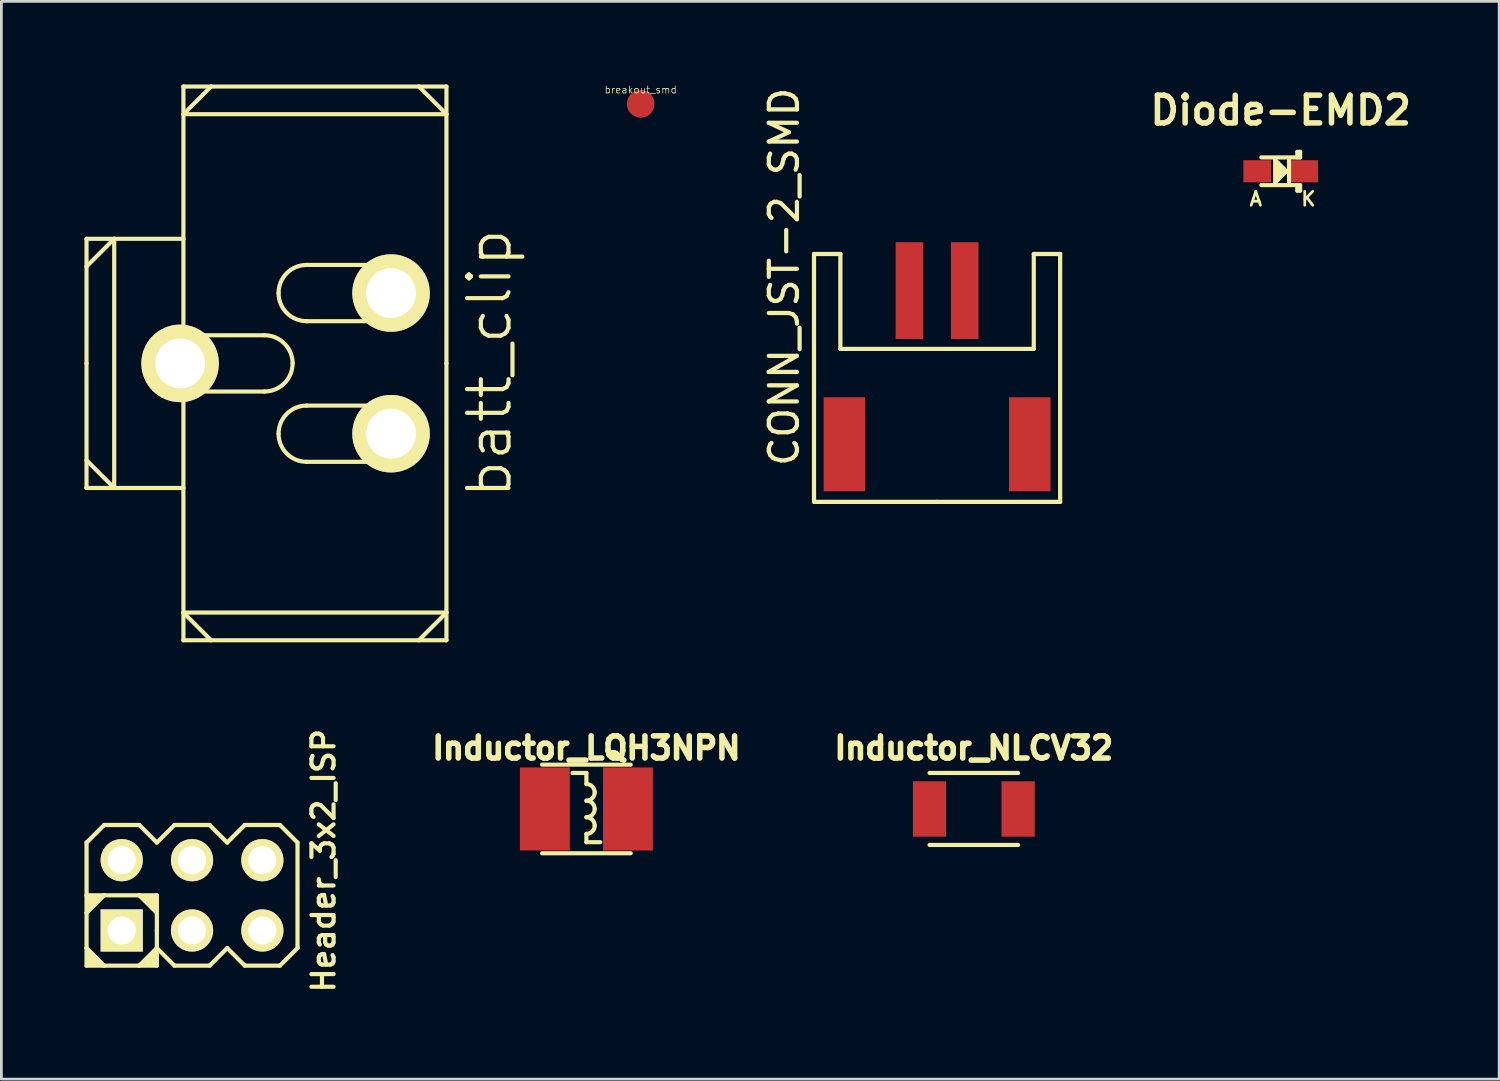
<source format=kicad_pcb>
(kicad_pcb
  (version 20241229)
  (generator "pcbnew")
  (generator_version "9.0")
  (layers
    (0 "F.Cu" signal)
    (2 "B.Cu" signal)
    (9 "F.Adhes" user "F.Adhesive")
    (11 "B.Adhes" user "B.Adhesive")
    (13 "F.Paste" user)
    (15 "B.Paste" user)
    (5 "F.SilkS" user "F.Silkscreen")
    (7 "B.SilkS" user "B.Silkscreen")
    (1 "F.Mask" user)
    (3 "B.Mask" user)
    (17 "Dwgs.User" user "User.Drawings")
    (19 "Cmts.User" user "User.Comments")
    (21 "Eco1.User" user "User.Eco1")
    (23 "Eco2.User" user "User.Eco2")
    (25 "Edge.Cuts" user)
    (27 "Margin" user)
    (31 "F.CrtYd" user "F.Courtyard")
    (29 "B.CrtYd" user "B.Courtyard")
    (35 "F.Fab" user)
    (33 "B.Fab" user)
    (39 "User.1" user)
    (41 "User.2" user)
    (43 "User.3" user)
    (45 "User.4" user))
  (footprint "Diode-EMD2"
    (layer "F.Cu")
    (at 43.208 3.136)
    (property "Reference" "Diode-EMD2" (at 0 -2.2 0) (layer "F.SilkS") (effects (font (size 1 1) (thickness 0.2))))
    (attr smd)
    (fp_line (start -0.7 -0.5) (end 0.7 -0.5) (stroke (width 0.15) (type solid)) (layer "F.SilkS"))
    (fp_line (start -0.2 -0.4) (end -0.2 0.4) (stroke (width 0.15) (type solid)) (layer "F.SilkS"))
    (fp_line (start -0.2 0.4) (end 0.2 0) (stroke (width 0.15) (type solid)) (layer "F.SilkS"))
    (fp_line (start -0.1 -0.3) (end -0.1 0.3) (stroke (width 0.15) (type solid)) (layer "F.SilkS"))
    (fp_line (start 0 0.2) (end 0 -0.2) (stroke (width 0.15) (type solid)) (layer "F.SilkS"))
    (fp_line (start 0.1 -0.1) (end 0.1 0.1) (stroke (width 0.15) (type solid)) (layer "F.SilkS"))
    (fp_line (start 0.2 0) (end -0.2 -0.4) (stroke (width 0.15) (type solid)) (layer "F.SilkS"))
    (fp_line (start 0.3 0) (end 0.3 -0.4) (stroke (width 0.15) (type solid)) (layer "F.SilkS"))
    (fp_line (start 0.3 0) (end 0.3 0.4) (stroke (width 0.15) (type solid)) (layer "F.SilkS"))
    (fp_line (start 0.6 -0.7) (end 0.6 -0.5) (stroke (width 0.15) (type solid)) (layer "F.SilkS"))
    (fp_line (start 0.6 0.7) (end 0.6 0.5) (stroke (width 0.15) (type solid)) (layer "F.SilkS"))
    (fp_line (start 0.7 -0.7) (end 0.6 -0.7) (stroke (width 0.15) (type solid)) (layer "F.SilkS"))
    (fp_line (start 0.7 -0.5) (end 0.7 -0.7) (stroke (width 0.15) (type solid)) (layer "F.SilkS"))
    (fp_line (start 0.7 0.5) (end -0.7 0.5) (stroke (width 0.15) (type solid)) (layer "F.SilkS"))
    (fp_line (start 0.7 0.5) (end 0.7 0.7) (stroke (width 0.15) (type solid)) (layer "F.SilkS"))
    (fp_line (start 0.7 0.7) (end 0.6 0.7) (stroke (width 0.15) (type solid)) (layer "F.SilkS"))
    (fp_text user "A" (at -0.9 1 0) (layer "F.SilkS") (effects (font (size 0.5 0.5) (thickness 0.099))))
    (fp_text user "K" (at 1 1 0) (layer "F.SilkS") (effects (font (size 0.5 0.5) (thickness 0.099))))
    (pad "1" smd rect (at -0.85 0) (size 1 0.8) (layers "F.Cu" "F.Mask" "F.Paste"))
    (pad "2" smd rect (at 0.85 0) (size 1 0.8) (layers "F.Cu" "F.Mask" "F.Paste")))
  (footprint "breakout_smd"
    (layer "F.Cu")
    (at 20.091 0.701)
    (property "Reference" "breakout_smd" (at 0 -0.508 0) (layer "F.SilkS") (effects (font (size 0.254 0.254) (thickness 0.025))))
    (attr through_hole)
    (pad "1" smd circle (at 0 0) (size 1 1) (layers "F.Cu" "F.Mask" "F.Paste")))
  (footprint "Inductor_NLCV32"
    (layer "F.Cu")
    (at 32.123 26.169)
    (property "Reference" "Inductor_NLCV32" (at 0 -2.2 0) (layer "F.SilkS") (effects (font (size 0.8 0.8) (thickness 0.2))))
    (attr smd)
    (fp_line (start -1.6 1.3) (end 1.6 1.3) (stroke (width 0.15) (type solid)) (layer "F.SilkS"))
    (fp_line (start 1.6 -1.3) (end -1.6 -1.3) (stroke (width 0.15) (type solid)) (layer "F.SilkS"))
    (pad "1" smd rect (at -1.6 0) (size 1.2 2) (layers "F.Cu" "F.Mask" "F.Paste"))
    (pad "2" smd rect (at 1.6 0) (size 1.2 2) (layers "F.Cu" "F.Mask" "F.Paste")))
  (footprint "Header_3x2_ISP"
    (layer "F.Cu")
    (at 3.886 29.288)
    (property "Reference" "Header_3x2_ISP" (at 4.75 -1.25 270) (layer "F.SilkS") (effects (font (size 0.8 0.8) (thickness 0.15))))
    (attr through_hole)
    (fp_line (start -3.81 -1.905) (end -3.175 -2.54) (stroke (width 0.152) (type solid)) (layer "F.SilkS"))
    (fp_line (start -3.81 1.905) (end -3.81 -1.905) (stroke (width 0.152) (type solid)) (layer "F.SilkS"))
    (fp_line (start -3.81 1.905) (end -3.81 2.54) (stroke (width 0.152) (type solid)) (layer "F.SilkS"))
    (fp_line (start -3.81 2.54) (end -3.175 2.54) (stroke (width 0.152) (type solid)) (layer "F.SilkS"))
    (fp_line (start -3.683 0.064) (end -3.683 0.445) (stroke (width 0.152) (type solid)) (layer "F.SilkS"))
    (fp_line (start -3.683 2.477) (end -3.683 2.095) (stroke (width 0.152) (type solid)) (layer "F.SilkS"))
    (fp_line (start -3.556 0.064) (end -3.556 0.318) (stroke (width 0.152) (type solid)) (layer "F.SilkS"))
    (fp_line (start -3.556 2.477) (end -3.556 2.223) (stroke (width 0.152) (type solid)) (layer "F.SilkS"))
    (fp_line (start -3.429 0.064) (end -3.429 0.191) (stroke (width 0.152) (type solid)) (layer "F.SilkS"))
    (fp_line (start -3.429 2.477) (end -3.429 2.349) (stroke (width 0.152) (type solid)) (layer "F.SilkS"))
    (fp_line (start -3.175 -2.54) (end -1.905 -2.54) (stroke (width 0.152) (type solid)) (layer "F.SilkS"))
    (fp_line (start -3.175 0) (end -3.81 0) (stroke (width 0.152) (type solid)) (layer "F.SilkS"))
    (fp_line (start -3.175 0) (end -3.81 0.635) (stroke (width 0.152) (type solid)) (layer "F.SilkS"))
    (fp_line (start -3.175 2.54) (end -3.81 1.905) (stroke (width 0.152) (type solid)) (layer "F.SilkS"))
    (fp_line (start -1.905 -2.54) (end -1.27 -1.905) (stroke (width 0.152) (type solid)) (layer "F.SilkS"))
    (fp_line (start -1.905 0) (end -3.175 0) (stroke (width 0.152) (type solid)) (layer "F.SilkS"))
    (fp_line (start -1.905 0) (end -1.27 0) (stroke (width 0.152) (type solid)) (layer "F.SilkS"))
    (fp_line (start -1.905 2.54) (end -3.175 2.54) (stroke (width 0.152) (type solid)) (layer "F.SilkS"))
    (fp_line (start -1.651 0.064) (end -1.651 0.191) (stroke (width 0.152) (type solid)) (layer "F.SilkS"))
    (fp_line (start -1.651 2.477) (end -1.651 2.349) (stroke (width 0.152) (type solid)) (layer "F.SilkS"))
    (fp_line (start -1.524 0.064) (end -1.524 0.318) (stroke (width 0.152) (type solid)) (layer "F.SilkS"))
    (fp_line (start -1.524 2.477) (end -1.524 2.223) (stroke (width 0.152) (type solid)) (layer "F.SilkS"))
    (fp_line (start -1.397 0.064) (end -1.397 0.445) (stroke (width 0.152) (type solid)) (layer "F.SilkS"))
    (fp_line (start -1.397 2.477) (end -1.397 2.095) (stroke (width 0.152) (type solid)) (layer "F.SilkS"))
    (fp_line (start -1.27 -1.905) (end -0.635 -2.54) (stroke (width 0.152) (type solid)) (layer "F.SilkS"))
    (fp_line (start -1.27 0) (end -1.27 0.635) (stroke (width 0.152) (type solid)) (layer "F.SilkS"))
    (fp_line (start -1.27 0.635) (end -1.905 0) (stroke (width 0.152) (type solid)) (layer "F.SilkS"))
    (fp_line (start -1.27 1.27) (end -1.27 0.635) (stroke (width 0.152) (type solid)) (layer "F.SilkS"))
    (fp_line (start -1.27 1.905) (end -1.905 2.54) (stroke (width 0.152) (type solid)) (layer "F.SilkS"))
    (fp_line (start -1.27 1.905) (end -1.27 1.27) (stroke (width 0.152) (type solid)) (layer "F.SilkS"))
    (fp_line (start -1.27 1.905) (end -1.27 2.54) (stroke (width 0.152) (type solid)) (layer "F.SilkS"))
    (fp_line (start -1.27 2.54) (end -1.905 2.54) (stroke (width 0.152) (type solid)) (layer "F.SilkS"))
    (fp_line (start -0.635 -2.54) (end 0.635 -2.54) (stroke (width 0.152) (type solid)) (layer "F.SilkS"))
    (fp_line (start -0.635 2.54) (end -1.27 1.905) (stroke (width 0.152) (type solid)) (layer "F.SilkS"))
    (fp_line (start 0.635 -2.54) (end 1.27 -1.905) (stroke (width 0.152) (type solid)) (layer "F.SilkS"))
    (fp_line (start 0.635 2.54) (end -0.635 2.54) (stroke (width 0.152) (type solid)) (layer "F.SilkS"))
    (fp_line (start 1.27 -1.905) (end 1.905 -2.54) (stroke (width 0.152) (type solid)) (layer "F.SilkS"))
    (fp_line (start 1.27 1.905) (end 0.635 2.54) (stroke (width 0.152) (type solid)) (layer "F.SilkS"))
    (fp_line (start 1.905 -2.54) (end 3.175 -2.54) (stroke (width 0.152) (type solid)) (layer "F.SilkS"))
    (fp_line (start 1.905 2.54) (end 1.27 1.905) (stroke (width 0.152) (type solid)) (layer "F.SilkS"))
    (fp_line (start 3.175 -2.54) (end 3.81 -1.905) (stroke (width 0.152) (type solid)) (layer "F.SilkS"))
    (fp_line (start 3.175 2.54) (end 1.905 2.54) (stroke (width 0.152) (type solid)) (layer "F.SilkS"))
    (fp_line (start 3.81 -1.905) (end 3.81 1.905) (stroke (width 0.152) (type solid)) (layer "F.SilkS"))
    (fp_line (start 3.81 1.905) (end 3.175 2.54) (stroke (width 0.152) (type solid)) (layer "F.SilkS"))
    (pad "1" thru_hole rect (at -2.54 1.27) (size 1.524 1.524) (drill 1.016) (layers "*.Cu" "*.Mask" "F.SilkS"))
    (pad "2" thru_hole circle (at -2.54 -1.27) (size 1.524 1.524) (drill 1.016) (layers "*.Cu" "*.Mask" "F.SilkS"))
    (pad "3" thru_hole circle (at 0 1.27) (size 1.524 1.524) (drill 1.016) (layers "*.Cu" "*.Mask" "F.SilkS"))
    (pad "4" thru_hole circle (at 0 -1.27) (size 1.524 1.524) (drill 1.016) (layers "*.Cu" "*.Mask" "F.SilkS"))
    (pad "5" thru_hole circle (at 2.54 1.27) (size 1.524 1.524) (drill 1.016) (layers "*.Cu" "*.Mask" "F.SilkS"))
    (pad "6" thru_hole circle (at 2.54 -1.27) (size 1.524 1.524) (drill 1.016) (layers "*.Cu" "*.Mask" "F.SilkS")))
  (footprint "CONN_JST-2_SMD"
    (layer "F.Cu")
    (at 30.796 14.696)
    (property "Reference" "CONN_JST-2_SMD" (at -5.524 -7.747 270) (layer "F.SilkS") (effects (font (size 1.016 1.016) (thickness 0.152))))
    (attr through_hole)
    (fp_line (start -4.445 -8.572) (end -3.493 -8.572) (stroke (width 0.152) (type solid)) (layer "F.SilkS"))
    (fp_line (start -4.445 0.381) (end -4.445 -8.572) (stroke (width 0.152) (type solid)) (layer "F.SilkS"))
    (fp_line (start -3.493 -8.572) (end -3.493 -5.144) (stroke (width 0.152) (type solid)) (layer "F.SilkS"))
    (fp_line (start -3.493 -5.144) (end 3.493 -5.144) (stroke (width 0.152) (type solid)) (layer "F.SilkS"))
    (fp_line (start 0 0.381) (end -4.445 0.381) (stroke (width 0.152) (type solid)) (layer "F.SilkS"))
    (fp_line (start 3.493 -8.572) (end 4.445 -8.572) (stroke (width 0.152) (type solid)) (layer "F.SilkS"))
    (fp_line (start 3.493 -5.144) (end 3.493 -8.572) (stroke (width 0.152) (type solid)) (layer "F.SilkS"))
    (fp_line (start 4.445 0.381) (end 0 0.381) (stroke (width 0.152) (type solid)) (layer "F.SilkS"))
    (fp_line (start 4.445 0.381) (end 4.445 -8.572) (stroke (width 0.152) (type solid)) (layer "F.SilkS"))
    (pad "" smd rect (at -3.348 -1.699) (size 1.499 3.396) (layers "F.Cu" "F.Mask" "F.Paste"))
    (pad "" smd rect (at 3.348 -1.699) (size 1.499 3.396) (layers "F.Cu" "F.Mask" "F.Paste"))
    (pad "1" smd rect (at -0.998 -7.249) (size 0.996 3.498) (layers "F.Cu" "F.Mask" "F.Paste"))
    (pad "2" smd rect (at 0.998 -7.249) (size 0.996 3.498) (layers "F.Cu" "F.Mask" "F.Paste")))
  (footprint "batt_clip"
    (layer "F.Cu")
    (at 11.075 10.075)
    (property "Reference" "batt_clip" (at 3.556 0 90) (layer "F.SilkS") (effects (font (size 1.5 1.5) (thickness 0.15))))
    (attr through_hole)
    (fp_line (start -11 -4.5) (end -11 0) (stroke (width 0.15) (type solid)) (layer "F.SilkS"))
    (fp_line (start -11 0) (end -11 4.5) (stroke (width 0.15) (type solid)) (layer "F.SilkS"))
    (fp_line (start -11 4.5) (end -7.5 4.5) (stroke (width 0.15) (type solid)) (layer "F.SilkS"))
    (fp_line (start -10 -4.5) (end -11 -3.5) (stroke (width 0.15) (type solid)) (layer "F.SilkS"))
    (fp_line (start -10 4.5) (end -11 3.5) (stroke (width 0.15) (type solid)) (layer "F.SilkS"))
    (fp_line (start -10 4.5) (end -10 -4.5) (stroke (width 0.15) (type solid)) (layer "F.SilkS"))
    (fp_line (start -7.5 -10) (end 2 -10) (stroke (width 0.15) (type solid)) (layer "F.SilkS"))
    (fp_line (start -7.5 -9) (end -6.5 -10) (stroke (width 0.15) (type solid)) (layer "F.SilkS"))
    (fp_line (start -7.5 -4.5) (end -11 -4.5) (stroke (width 0.15) (type solid)) (layer "F.SilkS"))
    (fp_line (start -7.5 -1) (end -7.5 -10) (stroke (width 0.15) (type solid)) (layer "F.SilkS"))
    (fp_line (start -7.5 9) (end -6.5 10) (stroke (width 0.15) (type solid)) (layer "F.SilkS"))
    (fp_line (start -7.5 9) (end 2 9) (stroke (width 0.15) (type solid)) (layer "F.SilkS"))
    (fp_line (start -7.5 10) (end -7.5 1) (stroke (width 0.15) (type solid)) (layer "F.SilkS"))
    (fp_line (start -4.572 -1.016) (end -7.366 -1.016) (stroke (width 0.15) (type solid)) (layer "F.SilkS"))
    (fp_line (start -4.572 1.016) (end -7.366 1.016) (stroke (width 0.15) (type solid)) (layer "F.SilkS"))
    (fp_line (start -3.048 -3.556) (end 0 -3.556) (stroke (width 0.15) (type solid)) (layer "F.SilkS"))
    (fp_line (start -3.048 -1.524) (end 0 -1.524) (stroke (width 0.15) (type solid)) (layer "F.SilkS"))
    (fp_line (start -3.048 1.524) (end 0 1.524) (stroke (width 0.15) (type solid)) (layer "F.SilkS"))
    (fp_line (start -3.048 3.556) (end 0 3.556) (stroke (width 0.15) (type solid)) (layer "F.SilkS"))
    (fp_line (start 2 -9) (end -7.5 -9) (stroke (width 0.15) (type solid)) (layer "F.SilkS"))
    (fp_line (start 2 -9) (end 1 -10) (stroke (width 0.15) (type solid)) (layer "F.SilkS"))
    (fp_line (start 2 0) (end 2 -10) (stroke (width 0.15) (type solid)) (layer "F.SilkS"))
    (fp_line (start 2 9) (end 1 10) (stroke (width 0.15) (type solid)) (layer "F.SilkS"))
    (fp_line (start 2 10) (end -7.5 10) (stroke (width 0.15) (type solid)) (layer "F.SilkS"))
    (fp_line (start 2 10) (end 2 0) (stroke (width 0.15) (type solid)) (layer "F.SilkS"))
    (fp_arc (start -4.572 -1.016) (mid -3.85358 -0.71842) (end -3.556 0) (stroke (width 0.15) (type solid)) (layer "F.SilkS"))
    (fp_arc (start -4.064 -2.54) (mid -3.76642 -3.25842) (end -3.048 -3.556) (stroke (width 0.15) (type solid)) (layer "F.SilkS"))
    (fp_arc (start -4.064 2.54) (mid -3.76642 1.82158) (end -3.048 1.524) (stroke (width 0.15) (type solid)) (layer "F.SilkS"))
    (fp_arc (start -3.556 0) (mid -3.85358 0.71842) (end -4.572 1.016) (stroke (width 0.15) (type solid)) (layer "F.SilkS"))
    (fp_arc (start -3.048 -1.524) (mid -3.76642 -1.82158) (end -4.064 -2.54) (stroke (width 0.15) (type solid)) (layer "F.SilkS"))
    (fp_arc (start -3.048 3.556) (mid -3.76642 3.25842) (end -4.064 2.54) (stroke (width 0.15) (type solid)) (layer "F.SilkS"))
    (pad "1" thru_hole circle (at -7.62 0) (size 2.8 2.8) (drill 1.8) (layers "*.Cu" "*.Mask" "F.SilkS"))
    (pad "1" thru_hole circle (at 0 -2.54) (size 2.8 2.8) (drill 1.8) (layers "*.Cu" "*.Mask" "F.SilkS"))
    (pad "1" thru_hole circle (at 0 2.54) (size 2.8 2.8) (drill 1.8) (layers "*.Cu" "*.Mask" "F.SilkS")))
  (footprint "Inductor_LQH3NPN"
    (layer "F.Cu")
    (at 18.13 26.169)
    (property "Reference" "Inductor_LQH3NPN" (at 0 -2.2 0) (layer "F.SilkS") (effects (font (size 0.8 0.8) (thickness 0.2))))
    (attr smd)
    (fp_line (start -1.6 1.6) (end 1.6 1.6) (stroke (width 0.15) (type solid)) (layer "F.SilkS"))
    (fp_line (start 0 -1.3) (end -0.5 -1.3) (stroke (width 0.15) (type solid)) (layer "F.SilkS"))
    (fp_line (start 0 -0.9) (end 0 -1.3) (stroke (width 0.15) (type solid)) (layer "F.SilkS"))
    (fp_line (start 0 0.9) (end 0 1.2) (stroke (width 0.15) (type solid)) (layer "F.SilkS"))
    (fp_line (start 0 1.2) (end 0.5 1.2) (stroke (width 0.15) (type solid)) (layer "F.SilkS"))
    (fp_line (start 1.6 -1.6) (end -1.6 -1.6) (stroke (width 0.15) (type solid)) (layer "F.SilkS"))
    (fp_arc (start 0 -0.9) (mid 0.212132 -0.812132) (end 0.3 -0.6) (stroke (width 0.15) (type solid)) (layer "F.SilkS"))
    (fp_arc (start 0 -0.3) (mid 0.212132 -0.212132) (end 0.3 0) (stroke (width 0.15) (type solid)) (layer "F.SilkS"))
    (fp_arc (start 0 0.3) (mid 0.212132 0.387868) (end 0.3 0.6) (stroke (width 0.15) (type solid)) (layer "F.SilkS"))
    (fp_arc (start 0.3 -0.6) (mid 0.212132 -0.387868) (end 0 -0.3) (stroke (width 0.15) (type solid)) (layer "F.SilkS"))
    (fp_arc (start 0.3 0) (mid 0.212132 0.212132) (end 0 0.3) (stroke (width 0.15) (type solid)) (layer "F.SilkS"))
    (fp_arc (start 0.3 0.6) (mid 0.212132 0.812132) (end 0 0.9) (stroke (width 0.15) (type solid)) (layer "F.SilkS"))
    (pad "1" smd rect (at -1.5 0) (size 1.8 3) (layers "F.Cu" "F.Mask" "F.Paste"))
    (pad "2" smd rect (at 1.5 0) (size 1.8 3) (layers "F.Cu" "F.Mask" "F.Paste")))
  (gr_rect
    (start -3 -3)
    (end 51.098 35.926)
    (stroke (width 0.1) (type default))
    (fill no)
    (layer "Edge.Cuts")))
</source>
